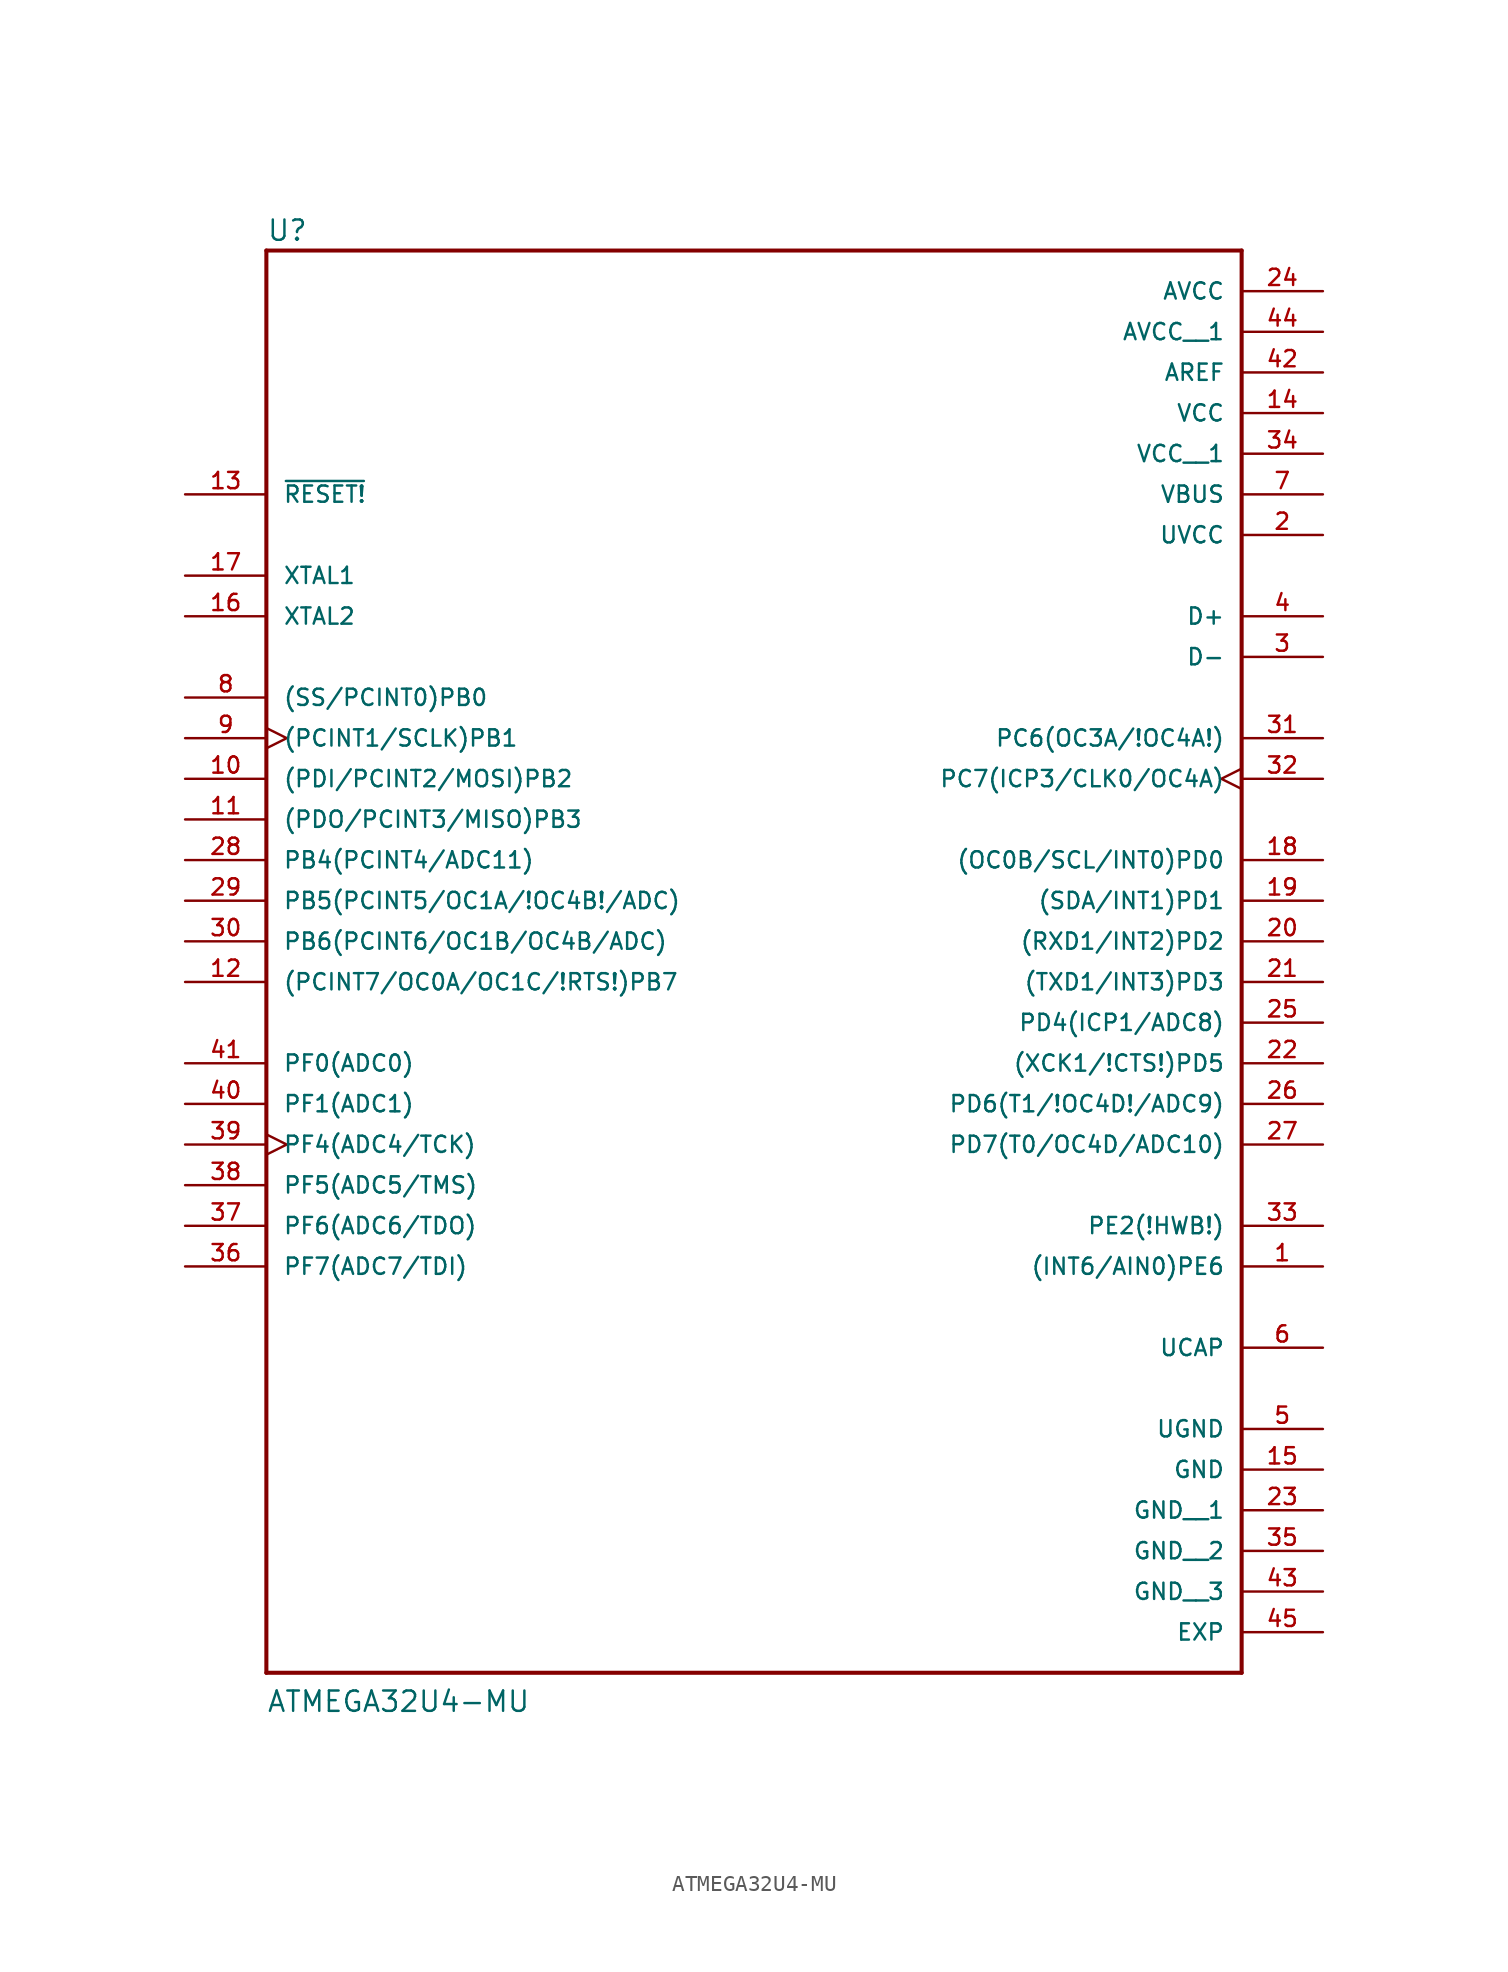
<source format=kicad_sym>
(kicad_symbol_lib
  (version 20211014)
  (generator kicad_symbol_editor)
  (symbol "ATMEGA32U4-MU"
    (pin_names
      (offset 1.016))
    (property "Reference" "U"
      (at -30.48 38.608 0)
      (effects (font (size 1.27 1.27)) (justify left bottom)))
    (property "Value" "ATMEGA32U4-MU"
      (at -30.48 -53.34 0)
      (effects (font (size 1.27 1.27)) (justify left bottom)))
    (property "ki_locked" ""
      (at 0 0 0)
      (effects (font (size 1.27 1.27))))
    (symbol "ATMEGA32U4-MU_0_0"
      (polyline (pts (xy -30.48 -50.8) (xy -30.48 38.1)) (stroke (width 0.254) (type default) (color 0 0 0 0)) (fill (type none)))
      (polyline (pts (xy -30.48 38.1) (xy 30.48 38.1)) (stroke (width 0.254) (type default) (color 0 0 0 0)) (fill (type none)))
      (polyline (pts (xy 30.48 -50.8) (xy -30.48 -50.8)) (stroke (width 0.254) (type default) (color 0 0 0 0)) (fill (type none)))
      (polyline (pts (xy 30.48 38.1) (xy 30.48 -50.8)) (stroke (width 0.254) (type default) (color 0 0 0 0)) (fill (type none)))
      (pin bidirectional line (at 35.56 -25.4 180) (length 5.08) (name "(INT6/AIN0)PE6" (effects (font (size 1.016 1.016)))) (number "1" (effects (font (size 1.016 1.016)))))
      (pin bidirectional line (at -35.56 5.08 0) (length 5.08) (name "(PDI/PCINT2/MOSI)PB2" (effects (font (size 1.016 1.016)))) (number "10" (effects (font (size 1.016 1.016)))))
      (pin bidirectional line (at -35.56 2.54 0) (length 5.08) (name "(PDO/PCINT3/MISO)PB3" (effects (font (size 1.016 1.016)))) (number "11" (effects (font (size 1.016 1.016)))))
      (pin bidirectional line (at -35.56 -7.62 0) (length 5.08) (name "(PCINT7/OC0A/OC1C/!RTS!)PB7" (effects (font (size 1.016 1.016)))) (number "12" (effects (font (size 1.016 1.016)))))
      (pin input line (at -35.56 22.86 0) (length 5.08) (name "~{RESET!}" (effects (font (size 1.016 1.016)))) (number "13" (effects (font (size 1.016 1.016)))))
      (pin power_in line (at 35.56 27.94 180) (length 5.08) (name "VCC" (effects (font (size 1.016 1.016)))) (number "14" (effects (font (size 1.016 1.016)))))
      (pin power_in line (at 35.56 -38.1 180) (length 5.08) (name "GND" (effects (font (size 1.016 1.016)))) (number "15" (effects (font (size 1.016 1.016)))))
      (pin output line (at -35.56 15.24 0) (length 5.08) (name "XTAL2" (effects (font (size 1.016 1.016)))) (number "16" (effects (font (size 1.016 1.016)))))
      (pin input line (at -35.56 17.78 0) (length 5.08) (name "XTAL1" (effects (font (size 1.016 1.016)))) (number "17" (effects (font (size 1.016 1.016)))))
      (pin bidirectional line (at 35.56 0 180) (length 5.08) (name "(OC0B/SCL/INT0)PD0" (effects (font (size 1.016 1.016)))) (number "18" (effects (font (size 1.016 1.016)))))
      (pin bidirectional line (at 35.56 -2.54 180) (length 5.08) (name "(SDA/INT1)PD1" (effects (font (size 1.016 1.016)))) (number "19" (effects (font (size 1.016 1.016)))))
      (pin power_in line (at 35.56 20.32 180) (length 5.08) (name "UVCC" (effects (font (size 1.016 1.016)))) (number "2" (effects (font (size 1.016 1.016)))))
      (pin bidirectional line (at 35.56 -5.08 180) (length 5.08) (name "(RXD1/INT2)PD2" (effects (font (size 1.016 1.016)))) (number "20" (effects (font (size 1.016 1.016)))))
      (pin bidirectional line (at 35.56 -7.62 180) (length 5.08) (name "(TXD1/INT3)PD3" (effects (font (size 1.016 1.016)))) (number "21" (effects (font (size 1.016 1.016)))))
      (pin bidirectional line (at 35.56 -12.7 180) (length 5.08) (name "(XCK1/!CTS!)PD5" (effects (font (size 1.016 1.016)))) (number "22" (effects (font (size 1.016 1.016)))))
      (pin power_in line (at 35.56 -40.64 180) (length 5.08) (name "GND__1" (effects (font (size 1.016 1.016)))) (number "23" (effects (font (size 1.016 1.016)))))
      (pin power_in line (at 35.56 35.56 180) (length 5.08) (name "AVCC" (effects (font (size 1.016 1.016)))) (number "24" (effects (font (size 1.016 1.016)))))
      (pin bidirectional line (at 35.56 -10.16 180) (length 5.08) (name "PD4(ICP1/ADC8)" (effects (font (size 1.016 1.016)))) (number "25" (effects (font (size 1.016 1.016)))))
      (pin bidirectional line (at 35.56 -15.24 180) (length 5.08) (name "PD6(T1/!OC4D!/ADC9)" (effects (font (size 1.016 1.016)))) (number "26" (effects (font (size 1.016 1.016)))))
      (pin bidirectional line (at 35.56 -17.78 180) (length 5.08) (name "PD7(T0/OC4D/ADC10)" (effects (font (size 1.016 1.016)))) (number "27" (effects (font (size 1.016 1.016)))))
      (pin bidirectional line (at -35.56 0 0) (length 5.08) (name "PB4(PCINT4/ADC11)" (effects (font (size 1.016 1.016)))) (number "28" (effects (font (size 1.016 1.016)))))
      (pin bidirectional line (at -35.56 -2.54 0) (length 5.08) (name "PB5(PCINT5/OC1A/!OC4B!/ADC)" (effects (font (size 1.016 1.016)))) (number "29" (effects (font (size 1.016 1.016)))))
      (pin bidirectional line (at 35.56 12.7 180) (length 5.08) (name "D-" (effects (font (size 1.016 1.016)))) (number "3" (effects (font (size 1.016 1.016)))))
      (pin bidirectional line (at -35.56 -5.08 0) (length 5.08) (name "PB6(PCINT6/OC1B/OC4B/ADC)" (effects (font (size 1.016 1.016)))) (number "30" (effects (font (size 1.016 1.016)))))
      (pin bidirectional line (at 35.56 7.62 180) (length 5.08) (name "PC6(OC3A/!OC4A!)" (effects (font (size 1.016 1.016)))) (number "31" (effects (font (size 1.016 1.016)))))
      (pin bidirectional clock (at 35.56 5.08 180) (length 5.08) (name "PC7(ICP3/CLK0/OC4A)" (effects (font (size 1.016 1.016)))) (number "32" (effects (font (size 1.016 1.016)))))
      (pin bidirectional line (at 35.56 -22.86 180) (length 5.08) (name "PE2(!HWB!)" (effects (font (size 1.016 1.016)))) (number "33" (effects (font (size 1.016 1.016)))))
      (pin power_in line (at 35.56 25.4 180) (length 5.08) (name "VCC__1" (effects (font (size 1.016 1.016)))) (number "34" (effects (font (size 1.016 1.016)))))
      (pin power_in line (at 35.56 -43.18 180) (length 5.08) (name "GND__2" (effects (font (size 1.016 1.016)))) (number "35" (effects (font (size 1.016 1.016)))))
      (pin bidirectional line (at -35.56 -25.4 0) (length 5.08) (name "PF7(ADC7/TDI)" (effects (font (size 1.016 1.016)))) (number "36" (effects (font (size 1.016 1.016)))))
      (pin bidirectional line (at -35.56 -22.86 0) (length 5.08) (name "PF6(ADC6/TDO)" (effects (font (size 1.016 1.016)))) (number "37" (effects (font (size 1.016 1.016)))))
      (pin bidirectional line (at -35.56 -20.32 0) (length 5.08) (name "PF5(ADC5/TMS)" (effects (font (size 1.016 1.016)))) (number "38" (effects (font (size 1.016 1.016)))))
      (pin bidirectional clock (at -35.56 -17.78 0) (length 5.08) (name "PF4(ADC4/TCK)" (effects (font (size 1.016 1.016)))) (number "39" (effects (font (size 1.016 1.016)))))
      (pin bidirectional line (at 35.56 15.24 180) (length 5.08) (name "D+" (effects (font (size 1.016 1.016)))) (number "4" (effects (font (size 1.016 1.016)))))
      (pin bidirectional line (at -35.56 -15.24 0) (length 5.08) (name "PF1(ADC1)" (effects (font (size 1.016 1.016)))) (number "40" (effects (font (size 1.016 1.016)))))
      (pin bidirectional line (at -35.56 -12.7 0) (length 5.08) (name "PF0(ADC0)" (effects (font (size 1.016 1.016)))) (number "41" (effects (font (size 1.016 1.016)))))
      (pin power_in line (at 35.56 30.48 180) (length 5.08) (name "AREF" (effects (font (size 1.016 1.016)))) (number "42" (effects (font (size 1.016 1.016)))))
      (pin power_in line (at 35.56 -45.72 180) (length 5.08) (name "GND__3" (effects (font (size 1.016 1.016)))) (number "43" (effects (font (size 1.016 1.016)))))
      (pin power_in line (at 35.56 33.02 180) (length 5.08) (name "AVCC__1" (effects (font (size 1.016 1.016)))) (number "44" (effects (font (size 1.016 1.016)))))
      (pin passive line (at 35.56 -48.26 180) (length 5.08) (name "EXP" (effects (font (size 1.016 1.016)))) (number "45" (effects (font (size 1.016 1.016)))))
      (pin power_in line (at 35.56 -35.56 180) (length 5.08) (name "UGND" (effects (font (size 1.016 1.016)))) (number "5" (effects (font (size 1.016 1.016)))))
      (pin passive line (at 35.56 -30.48 180) (length 5.08) (name "UCAP" (effects (font (size 1.016 1.016)))) (number "6" (effects (font (size 1.016 1.016)))))
      (pin power_in line (at 35.56 22.86 180) (length 5.08) (name "VBUS" (effects (font (size 1.016 1.016)))) (number "7" (effects (font (size 1.016 1.016)))))
      (pin bidirectional line (at -35.56 10.16 0) (length 5.08) (name "(SS/PCINT0)PB0" (effects (font (size 1.016 1.016)))) (number "8" (effects (font (size 1.016 1.016)))))
      (pin bidirectional clock (at -35.56 7.62 0) (length 5.08) (name "(PCINT1/SCLK)PB1" (effects (font (size 1.016 1.016)))) (number "9" (effects (font (size 1.016 1.016))))))))
</source>
